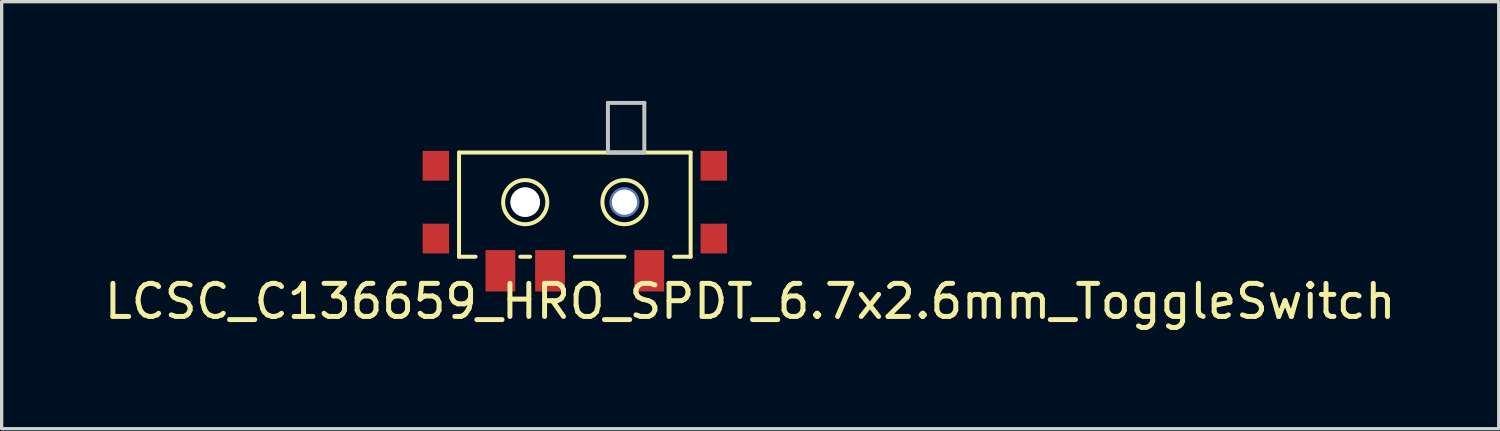
<source format=kicad_pcb>
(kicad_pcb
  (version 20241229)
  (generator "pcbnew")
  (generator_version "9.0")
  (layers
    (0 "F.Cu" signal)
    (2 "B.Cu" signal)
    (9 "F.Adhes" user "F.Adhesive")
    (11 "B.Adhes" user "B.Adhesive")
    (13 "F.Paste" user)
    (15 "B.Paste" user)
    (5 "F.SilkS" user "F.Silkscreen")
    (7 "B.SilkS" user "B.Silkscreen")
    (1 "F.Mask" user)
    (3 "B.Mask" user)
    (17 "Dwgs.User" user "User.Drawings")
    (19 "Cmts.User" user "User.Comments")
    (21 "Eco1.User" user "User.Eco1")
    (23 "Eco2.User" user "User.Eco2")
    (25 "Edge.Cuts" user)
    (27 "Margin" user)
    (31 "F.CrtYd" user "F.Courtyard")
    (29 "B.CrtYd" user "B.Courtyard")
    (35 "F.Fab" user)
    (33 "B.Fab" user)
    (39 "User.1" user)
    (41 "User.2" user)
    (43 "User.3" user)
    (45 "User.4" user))
  (footprint "LCSC_C136659_HRO_SPDT_6.7x2.6mm_ToggleSwitch"
    (layer "F.Cu")
    (at 14.325 3.06)
    (property "Reference" "LCSC_C136659_HRO_SPDT_6.7x2.6mm_ToggleSwitch" (at 5.3 3 0) (layer "F.SilkS") (effects (font (size 1 1) (thickness 0.15))))
    (attr through_hole)
    (fp_line (start -3.5 -1.5) (end -3.5 1.65) (stroke (width 0.12) (type solid)) (layer "F.SilkS"))
    (fp_line (start -3.5 -1.5) (end 3.5 -1.5) (stroke (width 0.12) (type solid)) (layer "F.SilkS"))
    (fp_line (start -3.5 1.65) (end -3 1.65) (stroke (width 0.12) (type solid)) (layer "F.SilkS"))
    (fp_line (start -1.65 1.65) (end -1.35 1.65) (stroke (width 0.12) (type solid)) (layer "F.SilkS"))
    (fp_line (start 0 1.65) (end 1.5 1.65) (stroke (width 0.12) (type solid)) (layer "F.SilkS"))
    (fp_line (start 3 1.65) (end 3.5 1.65) (stroke (width 0.12) (type solid)) (layer "F.SilkS"))
    (fp_line (start 3.5 1.65) (end 3.5 -1.5) (stroke (width 0.12) (type solid)) (layer "F.SilkS"))
    (fp_circle (center -1.5 0) (end -0.85 0.15) (stroke (width 0.12) (type solid)) (fill no) (layer "F.SilkS"))
    (fp_circle (center 1.5 0) (end 2.15 0.15) (stroke (width 0.12) (type solid)) (fill no) (layer "F.SilkS"))
    (fp_line (start 1 -3) (end 1 -1.5) (stroke (width 0.12) (type solid)) (layer "Dwgs.User"))
    (fp_line (start 1 -1.5) (end 2.1 -1.5) (stroke (width 0.12) (type solid)) (layer "Dwgs.User"))
    (fp_line (start 2.1 -3) (end 1 -3) (stroke (width 0.12) (type solid)) (layer "Dwgs.User"))
    (fp_line (start 2.1 -1.5) (end 2.1 -3) (stroke (width 0.12) (type solid)) (layer "Dwgs.User"))
    (pad "" smd rect (at -4.2 -1.1) (size 0.8 0.9) (layers "F.Cu" "F.Mask" "F.Paste"))
    (pad "" smd rect (at -4.2 1.1) (size 0.8 0.9) (layers "F.Cu" "F.Mask" "F.Paste"))
    (pad "" np_thru_hole circle (at -1.5 0) (size 0.9 0.9) (drill 0.9) (layers "*.Cu" "*.Mask"))
    (pad "" np_thru_hole circle (at 1.5 0) (size 0.9 0.9) (drill 0.762) (layers "*.Cu" "*.Mask"))
    (pad "" smd rect (at 4.2 -1.1) (size 0.8 0.9) (layers "F.Cu" "F.Mask" "F.Paste"))
    (pad "" smd rect (at 4.2 1.1) (size 0.8 0.9) (layers "F.Cu" "F.Mask" "F.Paste"))
    (pad "1" smd rect (at -2.25 2.075) (size 0.9 1.25) (layers "F.Cu" "F.Mask" "F.Paste"))
    (pad "2" smd rect (at -0.75 2.075) (size 0.9 1.25) (layers "F.Cu" "F.Mask" "F.Paste"))
    (pad "3" smd rect (at 2.25 2.075) (size 0.9 1.25) (layers "F.Cu" "F.Mask" "F.Paste")))
  (gr_rect
    (start -3 -3)
    (end 42.25 9.908)
    (stroke (width 0.1) (type default))
    (fill no)
    (layer "Edge.Cuts")))
</source>
